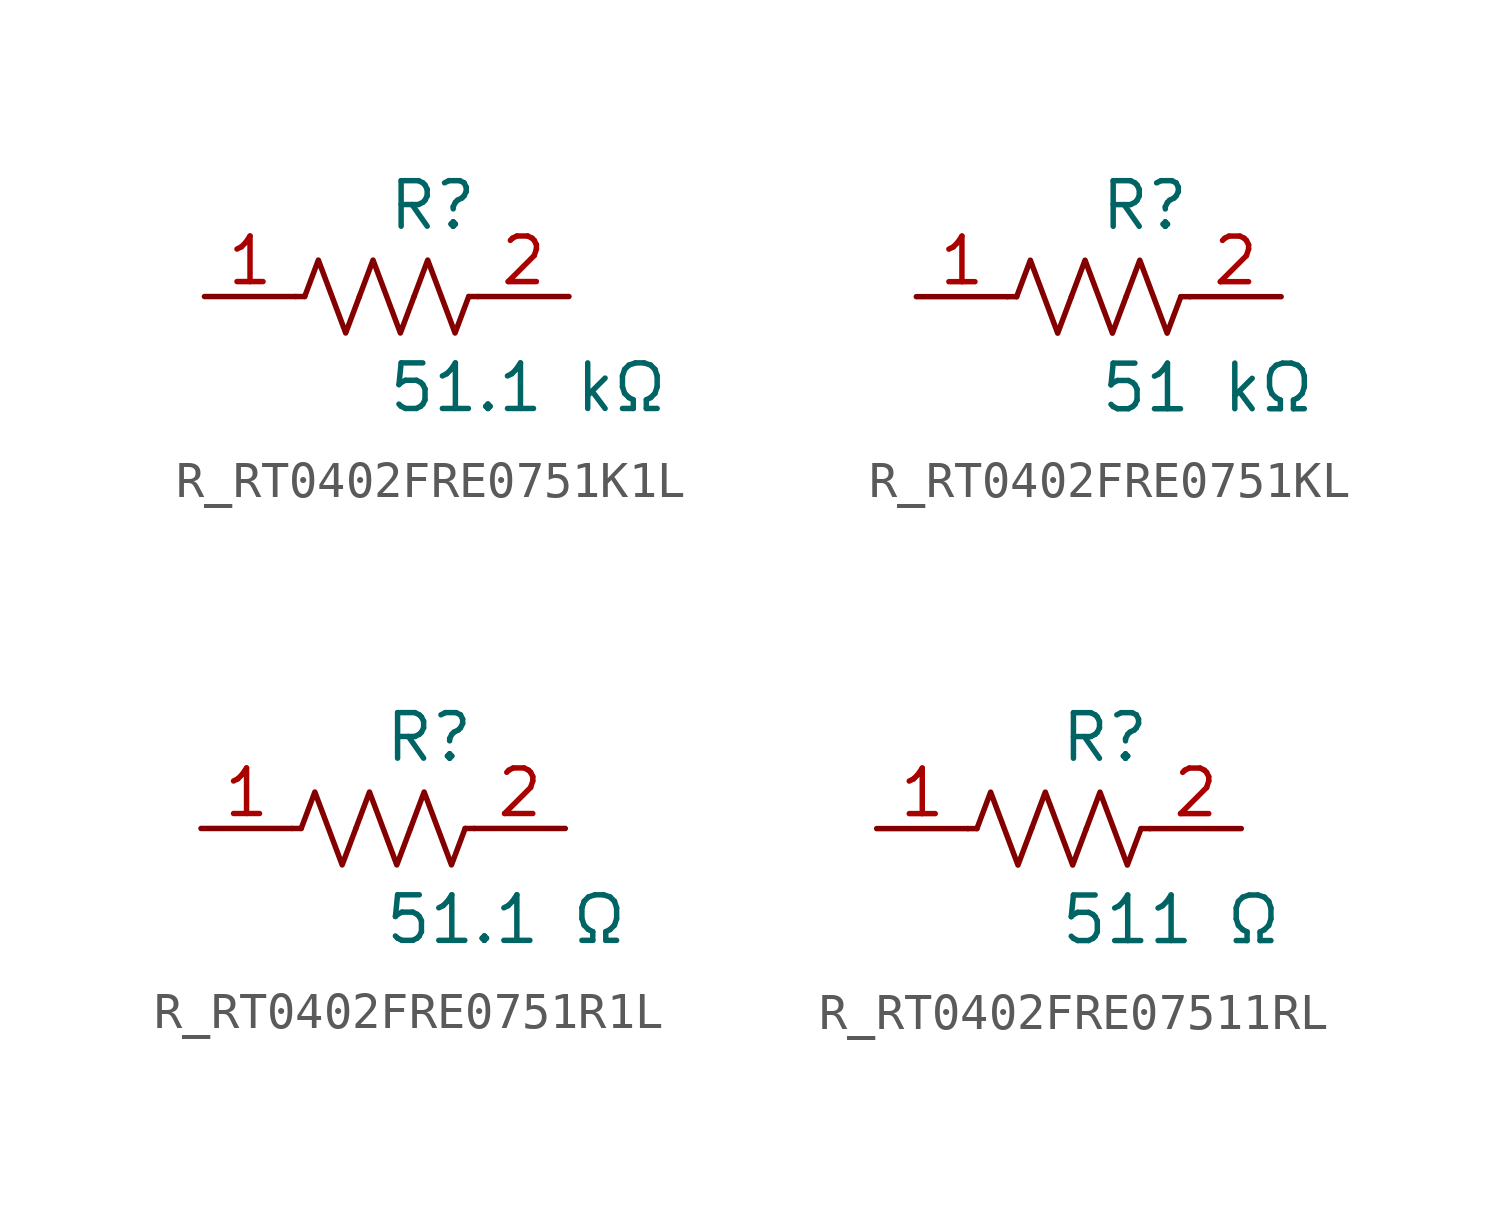
<source format=kicad_sym>
(kicad_symbol_lib
  (version 20231120)
  (generator kicad_symbol_editor)
  (generator_version 8.0)
  (symbol "R_RT0402FRE0751K1L"
    (pin_names
      (offset 0.254))
    (property "Reference" "R"
      (at 0.0 2.54 0)
      (effects (font (size 1.27 1.27)) (justify left)))
    (property "Value" "51.1 kΩ"
      (at 0.0 -2.54 0)
      (effects (font (size 1.27 1.27)) (justify left)))
    (symbol "R_RT0402FRE0751K1L_0_1"
      (polyline (pts (xy 2.286 0) (xy 2.54 0)) (stroke (width 0) (type default)) (fill (type none)))
      (polyline (pts (xy -2.286 0) (xy -2.54 0)) (stroke (width 0) (type default)) (fill (type none)))
      (polyline (pts (xy 0.762 0) (xy 1.143 1.016) (xy 1.524 0) (xy 1.905 -1.016) (xy 2.286 0)) (stroke (width 0) (type default)) (fill (type none)))
      (polyline (pts (xy -0.762 0) (xy -0.381 1.016) (xy 0 0) (xy 0.381 -1.016) (xy 0.762 0)) (stroke (width 0) (type default)) (fill (type none)))
      (polyline (pts (xy -2.286 0) (xy -1.905 1.016) (xy -1.524 0) (xy -1.143 -1.016) (xy -0.762 0)) (stroke (width 0) (type default)) (fill (type none))))
    (pin unspecified line
      (at -5.08 0 0)
      (length 2.54)
      (name "" (effects (font (size 1.27 1.27))))
      (number "1" (effects (font (size 1.27 1.27)))))
    (pin unspecified line
      (at 5.08 0 180)
      (length 2.54)
      (name "" (effects (font (size 1.27 1.27))))
      (number "2" (effects (font (size 1.27 1.27))))))
  (symbol "R_RT0402FRE0751KL"
    (pin_names
      (offset 0.254))
    (property "Reference" "R"
      (at 0.0 2.54 0)
      (effects (font (size 1.27 1.27)) (justify left)))
    (property "Value" "51 kΩ"
      (at 0.0 -2.54 0)
      (effects (font (size 1.27 1.27)) (justify left)))
    (symbol "R_RT0402FRE0751KL_0_1"
      (polyline (pts (xy 2.286 0) (xy 2.54 0)) (stroke (width 0) (type default)) (fill (type none)))
      (polyline (pts (xy -2.286 0) (xy -2.54 0)) (stroke (width 0) (type default)) (fill (type none)))
      (polyline (pts (xy 0.762 0) (xy 1.143 1.016) (xy 1.524 0) (xy 1.905 -1.016) (xy 2.286 0)) (stroke (width 0) (type default)) (fill (type none)))
      (polyline (pts (xy -0.762 0) (xy -0.381 1.016) (xy 0 0) (xy 0.381 -1.016) (xy 0.762 0)) (stroke (width 0) (type default)) (fill (type none)))
      (polyline (pts (xy -2.286 0) (xy -1.905 1.016) (xy -1.524 0) (xy -1.143 -1.016) (xy -0.762 0)) (stroke (width 0) (type default)) (fill (type none))))
    (pin unspecified line
      (at -5.08 0 0)
      (length 2.54)
      (name "" (effects (font (size 1.27 1.27))))
      (number "1" (effects (font (size 1.27 1.27)))))
    (pin unspecified line
      (at 5.08 0 180)
      (length 2.54)
      (name "" (effects (font (size 1.27 1.27))))
      (number "2" (effects (font (size 1.27 1.27))))))
  (symbol "R_RT0402FRE0751R1L"
    (pin_names
      (offset 0.254))
    (property "Reference" "R"
      (at 0.0 2.54 0)
      (effects (font (size 1.27 1.27)) (justify left)))
    (property "Value" "51.1 Ω"
      (at 0.0 -2.54 0)
      (effects (font (size 1.27 1.27)) (justify left)))
    (symbol "R_RT0402FRE0751R1L_0_1"
      (polyline (pts (xy 2.286 0) (xy 2.54 0)) (stroke (width 0) (type default)) (fill (type none)))
      (polyline (pts (xy -2.286 0) (xy -2.54 0)) (stroke (width 0) (type default)) (fill (type none)))
      (polyline (pts (xy 0.762 0) (xy 1.143 1.016) (xy 1.524 0) (xy 1.905 -1.016) (xy 2.286 0)) (stroke (width 0) (type default)) (fill (type none)))
      (polyline (pts (xy -0.762 0) (xy -0.381 1.016) (xy 0 0) (xy 0.381 -1.016) (xy 0.762 0)) (stroke (width 0) (type default)) (fill (type none)))
      (polyline (pts (xy -2.286 0) (xy -1.905 1.016) (xy -1.524 0) (xy -1.143 -1.016) (xy -0.762 0)) (stroke (width 0) (type default)) (fill (type none))))
    (pin unspecified line
      (at -5.08 0 0)
      (length 2.54)
      (name "" (effects (font (size 1.27 1.27))))
      (number "1" (effects (font (size 1.27 1.27)))))
    (pin unspecified line
      (at 5.08 0 180)
      (length 2.54)
      (name "" (effects (font (size 1.27 1.27))))
      (number "2" (effects (font (size 1.27 1.27))))))
  (symbol "R_RT0402FRE07511RL"
    (pin_names
      (offset 0.254))
    (property "Reference" "R"
      (at 0.0 2.54 0)
      (effects (font (size 1.27 1.27)) (justify left)))
    (property "Value" "511 Ω"
      (at 0.0 -2.54 0)
      (effects (font (size 1.27 1.27)) (justify left)))
    (symbol "R_RT0402FRE07511RL_0_1"
      (polyline (pts (xy 2.286 0) (xy 2.54 0)) (stroke (width 0) (type default)) (fill (type none)))
      (polyline (pts (xy -2.286 0) (xy -2.54 0)) (stroke (width 0) (type default)) (fill (type none)))
      (polyline (pts (xy 0.762 0) (xy 1.143 1.016) (xy 1.524 0) (xy 1.905 -1.016) (xy 2.286 0)) (stroke (width 0) (type default)) (fill (type none)))
      (polyline (pts (xy -0.762 0) (xy -0.381 1.016) (xy 0 0) (xy 0.381 -1.016) (xy 0.762 0)) (stroke (width 0) (type default)) (fill (type none)))
      (polyline (pts (xy -2.286 0) (xy -1.905 1.016) (xy -1.524 0) (xy -1.143 -1.016) (xy -0.762 0)) (stroke (width 0) (type default)) (fill (type none))))
    (pin unspecified line
      (at -5.08 0 0)
      (length 2.54)
      (name "" (effects (font (size 1.27 1.27))))
      (number "1" (effects (font (size 1.27 1.27)))))
    (pin unspecified line
      (at 5.08 0 180)
      (length 2.54)
      (name "" (effects (font (size 1.27 1.27))))
      (number "2" (effects (font (size 1.27 1.27)))))))
</source>
